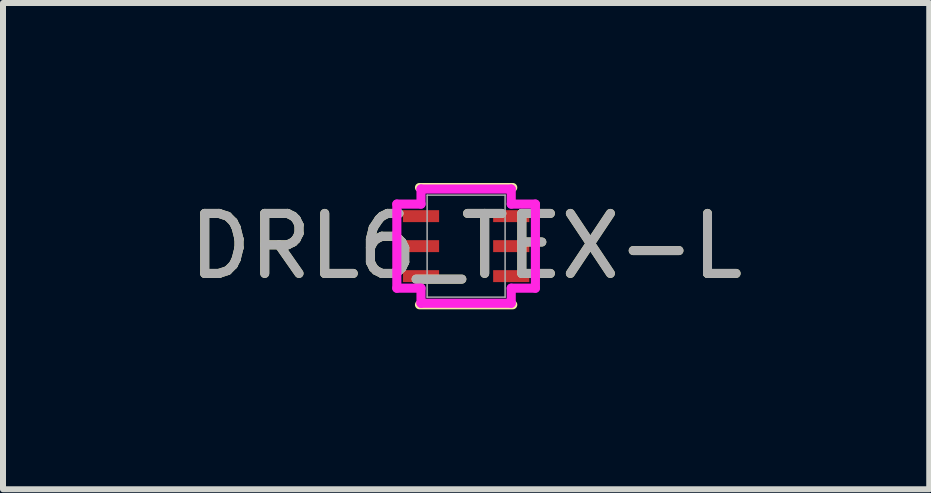
<source format=kicad_pcb>
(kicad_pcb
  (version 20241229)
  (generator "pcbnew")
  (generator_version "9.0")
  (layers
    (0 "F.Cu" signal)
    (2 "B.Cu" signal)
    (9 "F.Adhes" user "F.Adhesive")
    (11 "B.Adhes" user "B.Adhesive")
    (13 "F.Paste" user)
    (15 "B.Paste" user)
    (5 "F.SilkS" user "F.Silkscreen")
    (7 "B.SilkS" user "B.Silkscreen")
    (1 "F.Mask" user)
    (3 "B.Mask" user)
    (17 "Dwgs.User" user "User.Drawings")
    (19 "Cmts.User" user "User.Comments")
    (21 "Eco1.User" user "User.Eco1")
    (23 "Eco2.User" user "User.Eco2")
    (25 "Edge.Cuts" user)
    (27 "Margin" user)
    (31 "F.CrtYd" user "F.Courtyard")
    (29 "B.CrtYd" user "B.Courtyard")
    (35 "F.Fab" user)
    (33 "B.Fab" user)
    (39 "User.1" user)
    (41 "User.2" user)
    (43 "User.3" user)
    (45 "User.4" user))
  (footprint "DRL6_TEX-L"
    (layer "F.Cu")
    (at 4.72 1.053)
    (property "Reference" "DRL6_TEX-L" (at 0 0 0) (unlocked yes) (layer "F.SilkS") (effects (font (size 1 1) (thickness 0.15))))
    (attr smd)
    (fp_line (start -0.777 0.977) (end 0.777 0.977) (stroke (width 0.152) (type solid)) (layer "F.SilkS"))
    (fp_line (start 0.777 -0.977) (end -0.777 -0.977) (stroke (width 0.152) (type solid)) (layer "F.SilkS"))
    (fp_line (start -1.155 -0.701) (end -0.752 -0.701) (stroke (width 0.152) (type solid)) (layer "F.CrtYd"))
    (fp_line (start -1.155 0.701) (end -1.155 -0.701) (stroke (width 0.152) (type solid)) (layer "F.CrtYd"))
    (fp_line (start -1.155 0.701) (end -0.752 0.701) (stroke (width 0.152) (type solid)) (layer "F.CrtYd"))
    (fp_line (start -0.752 -0.952) (end 0.752 -0.952) (stroke (width 0.152) (type solid)) (layer "F.CrtYd"))
    (fp_line (start -0.752 -0.701) (end -0.752 -0.952) (stroke (width 0.152) (type solid)) (layer "F.CrtYd"))
    (fp_line (start -0.752 0.952) (end -0.752 0.701) (stroke (width 0.152) (type solid)) (layer "F.CrtYd"))
    (fp_line (start 0.752 -0.952) (end 0.752 -0.701) (stroke (width 0.152) (type solid)) (layer "F.CrtYd"))
    (fp_line (start 0.752 0.701) (end 0.752 0.952) (stroke (width 0.152) (type solid)) (layer "F.CrtYd"))
    (fp_line (start 0.752 0.952) (end -0.752 0.952) (stroke (width 0.152) (type solid)) (layer "F.CrtYd"))
    (fp_line (start 1.155 -0.701) (end 0.752 -0.701) (stroke (width 0.152) (type solid)) (layer "F.CrtYd"))
    (fp_line (start 1.155 -0.701) (end 1.155 0.701) (stroke (width 0.152) (type solid)) (layer "F.CrtYd"))
    (fp_line (start 1.155 0.701) (end 0.752 0.701) (stroke (width 0.152) (type solid)) (layer "F.CrtYd"))
    (fp_line (start -0.65 -0.85) (end -0.65 0.85) (stroke (width 0.025) (type solid)) (layer "F.Fab"))
    (fp_line (start -0.65 0.85) (end 0.65 0.85) (stroke (width 0.025) (type solid)) (layer "F.Fab"))
    (fp_line (start 0.65 -0.85) (end -0.65 -0.85) (stroke (width 0.025) (type solid)) (layer "F.Fab"))
    (fp_line (start 0.65 0.85) (end 0.65 -0.85) (stroke (width 0.025) (type solid)) (layer "F.Fab"))
    (fp_text user "${REFERENCE}" (at 0 0 0) (unlocked yes) (layer "F.Fab") (effects (font (size 1 1) (thickness 0.15))))
    (pad "1" smd rect (at -0.752 -0.5) (size 0.603 0.199) (layers "F.Cu" "F.Mask" "F.Paste"))
    (pad "2" smd rect (at -0.752 0) (size 0.603 0.199) (layers "F.Cu" "F.Mask" "F.Paste"))
    (pad "3" smd rect (at -0.752 0.5) (size 0.603 0.199) (layers "F.Cu" "F.Mask" "F.Paste"))
    (pad "4" smd rect (at 0.752 0.5) (size 0.603 0.199) (layers "F.Cu" "F.Mask" "F.Paste"))
    (pad "5" smd rect (at 0.752 0) (size 0.603 0.199) (layers "F.Cu" "F.Mask" "F.Paste"))
    (pad "6" smd rect (at 0.752 -0.5) (size 0.603 0.199) (layers "F.Cu" "F.Mask" "F.Paste")))
  (gr_rect
    (start -3 -3)
    (end 12.44 5.106)
    (stroke (width 0.1) (type default))
    (fill no)
    (layer "Edge.Cuts")))
</source>
